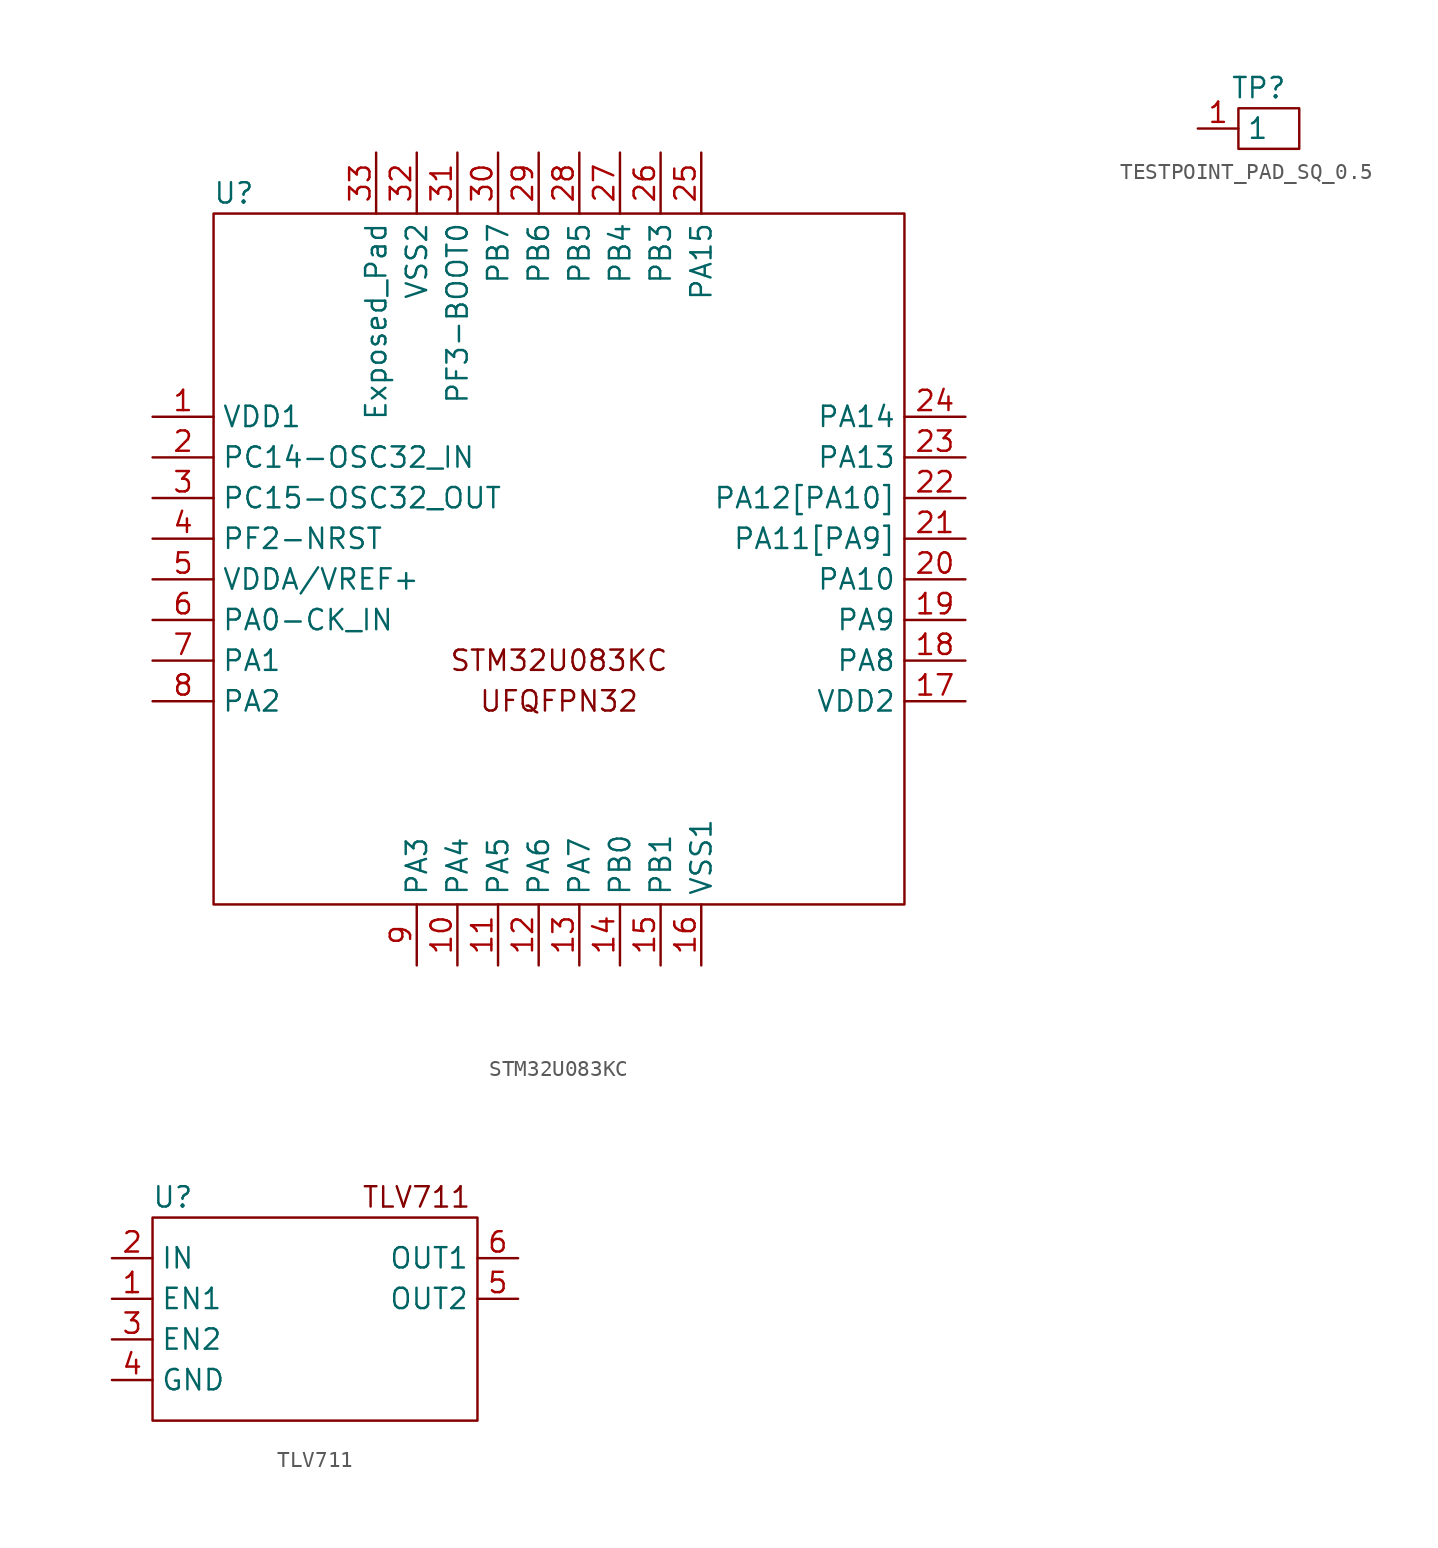
<source format=kicad_sym>
(kicad_symbol_lib
  (version 20231120)
  (generator "kicad_symbol_editor")
  (generator_version "8.0")
  (symbol "STM32U083KC"
    (property "Reference" "U"
      (at -20.32 22.86 0)
      (effects (font (size 1.27 1.27))))
    (symbol "STM32U083KC_0_1"
      (rectangle (start -21.59 21.59) (end 21.59 -21.59) (stroke (width 0) (type default)) (fill (type none))))
    (symbol "STM32U083KC_1_1"
      (text "STM32U083KC" (at 0 -6.35 0) (effects (font (size 1.27 1.27))))
      (text "UFQFPN32" (at 0 -8.89 0) (effects (font (size 1.27 1.27))))
      (pin power_in line (at -25.4 8.89 0) (length 3.81) (name "VDD1" (effects (font (size 1.27 1.27)))) (number "1" (effects (font (size 1.27 1.27)))))
      (pin bidirectional line (at -6.35 -25.4 90) (length 3.81) (name "PA4" (effects (font (size 1.27 1.27)))) (number "10" (effects (font (size 1.27 1.27)))))
      (pin bidirectional line (at -3.81 -25.4 90) (length 3.81) (name "PA5" (effects (font (size 1.27 1.27)))) (number "11" (effects (font (size 1.27 1.27)))))
      (pin bidirectional line (at -1.27 -25.4 90) (length 3.81) (name "PA6" (effects (font (size 1.27 1.27)))) (number "12" (effects (font (size 1.27 1.27)))))
      (pin bidirectional line (at 1.27 -25.4 90) (length 3.81) (name "PA7" (effects (font (size 1.27 1.27)))) (number "13" (effects (font (size 1.27 1.27)))))
      (pin bidirectional line (at 3.81 -25.4 90) (length 3.81) (name "PB0" (effects (font (size 1.27 1.27)))) (number "14" (effects (font (size 1.27 1.27)))))
      (pin bidirectional line (at 6.35 -25.4 90) (length 3.81) (name "PB1" (effects (font (size 1.27 1.27)))) (number "15" (effects (font (size 1.27 1.27)))))
      (pin power_in line (at 8.89 -25.4 90) (length 3.81) (name "VSS1" (effects (font (size 1.27 1.27)))) (number "16" (effects (font (size 1.27 1.27)))))
      (pin power_in line (at 25.4 -8.89 180) (length 3.81) (name "VDD2" (effects (font (size 1.27 1.27)))) (number "17" (effects (font (size 1.27 1.27)))))
      (pin bidirectional line (at 25.4 -6.35 180) (length 3.81) (name "PA8" (effects (font (size 1.27 1.27)))) (number "18" (effects (font (size 1.27 1.27)))))
      (pin bidirectional line (at 25.4 -3.81 180) (length 3.81) (name "PA9" (effects (font (size 1.27 1.27)))) (number "19" (effects (font (size 1.27 1.27)))))
      (pin input line (at -25.4 6.35 0) (length 3.81) (name "PC14-OSC32_IN" (effects (font (size 1.27 1.27)))) (number "2" (effects (font (size 1.27 1.27)))))
      (pin bidirectional line (at 25.4 -1.27 180) (length 3.81) (name "PA10" (effects (font (size 1.27 1.27)))) (number "20" (effects (font (size 1.27 1.27)))))
      (pin bidirectional line (at 25.4 1.27 180) (length 3.81) (name "PA11[PA9]" (effects (font (size 1.27 1.27)))) (number "21" (effects (font (size 1.27 1.27)))))
      (pin bidirectional line (at 25.4 3.81 180) (length 3.81) (name "PA12[PA10]" (effects (font (size 1.27 1.27)))) (number "22" (effects (font (size 1.27 1.27)))))
      (pin bidirectional line (at 25.4 6.35 180) (length 3.81) (name "PA13" (effects (font (size 1.27 1.27)))) (number "23" (effects (font (size 1.27 1.27)))))
      (pin bidirectional line (at 25.4 8.89 180) (length 3.81) (name "PA14" (effects (font (size 1.27 1.27)))) (number "24" (effects (font (size 1.27 1.27)))))
      (pin bidirectional line (at 8.89 25.4 270) (length 3.81) (name "PA15" (effects (font (size 1.27 1.27)))) (number "25" (effects (font (size 1.27 1.27)))))
      (pin bidirectional line (at 6.35 25.4 270) (length 3.81) (name "PB3" (effects (font (size 1.27 1.27)))) (number "26" (effects (font (size 1.27 1.27)))))
      (pin bidirectional line (at 3.81 25.4 270) (length 3.81) (name "PB4" (effects (font (size 1.27 1.27)))) (number "27" (effects (font (size 1.27 1.27)))))
      (pin bidirectional line (at 1.27 25.4 270) (length 3.81) (name "PB5" (effects (font (size 1.27 1.27)))) (number "28" (effects (font (size 1.27 1.27)))))
      (pin bidirectional line (at -1.27 25.4 270) (length 3.81) (name "PB6" (effects (font (size 1.27 1.27)))) (number "29" (effects (font (size 1.27 1.27)))))
      (pin output line (at -25.4 3.81 0) (length 3.81) (name "PC15-OSC32_OUT" (effects (font (size 1.27 1.27)))) (number "3" (effects (font (size 1.27 1.27)))))
      (pin bidirectional line (at -3.81 25.4 270) (length 3.81) (name "PB7" (effects (font (size 1.27 1.27)))) (number "30" (effects (font (size 1.27 1.27)))))
      (pin input line (at -6.35 25.4 270) (length 3.81) (name "PF3-BOOT0" (effects (font (size 1.27 1.27)))) (number "31" (effects (font (size 1.27 1.27)))))
      (pin power_in line (at -8.89 25.4 270) (length 3.81) (name "VSS2" (effects (font (size 1.27 1.27)))) (number "32" (effects (font (size 1.27 1.27)))))
      (pin power_in line (at -11.43 25.4 270) (length 3.81) (name "Exposed_Pad" (effects (font (size 1.27 1.27)))) (number "33" (effects (font (size 1.27 1.27)))))
      (pin input line (at -25.4 1.27 0) (length 3.81) (name "PF2-NRST" (effects (font (size 1.27 1.27)))) (number "4" (effects (font (size 1.27 1.27)))))
      (pin power_in line (at -25.4 -1.27 0) (length 3.81) (name "VDDA/VREF+" (effects (font (size 1.27 1.27)))) (number "5" (effects (font (size 1.27 1.27)))))
      (pin input line (at -25.4 -3.81 0) (length 3.81) (name "PA0-CK_IN" (effects (font (size 1.27 1.27)))) (number "6" (effects (font (size 1.27 1.27)))))
      (pin bidirectional line (at -25.4 -6.35 0) (length 3.81) (name "PA1" (effects (font (size 1.27 1.27)))) (number "7" (effects (font (size 1.27 1.27)))))
      (pin bidirectional line (at -25.4 -8.89 0) (length 3.81) (name "PA2" (effects (font (size 1.27 1.27)))) (number "8" (effects (font (size 1.27 1.27)))))
      (pin bidirectional line (at -8.89 -25.4 90) (length 3.81) (name "PA3" (effects (font (size 1.27 1.27)))) (number "9" (effects (font (size 1.27 1.27)))))))
  (symbol "TESTPOINT_PAD_SQ_0.5"
    (property "Reference" "TP"
      (at 1.27 2.54 0)
      (effects (font (size 1.27 1.27))))
    (property "Value" ""
      (at 0 0 0)
      (effects (font (size 1.27 1.27))))
    (symbol "TESTPOINT_PAD_SQ_0.5_0_1"
      (rectangle (start 0 1.27) (end 3.81 -1.27) (stroke (width 0) (type default)) (fill (type none))))
    (symbol "TESTPOINT_PAD_SQ_0.5_1_1"
      (pin passive line (at -2.54 0 0) (length 2.54) (name "1" (effects (font (size 1.27 1.27)))) (number "1" (effects (font (size 1.27 1.27)))))))
  (symbol "TLV711"
    (property "Reference" "U"
      (at -8.89 6.35 0)
      (effects (font (size 1.27 1.27))))
    (property "Value" ""
      (at -12.7 5.08 0)
      (effects (font (size 1.27 1.27))))
    (symbol "TLV711_0_1"
      (rectangle (start -10.16 5.08) (end 10.16 -7.62) (stroke (width 0) (type default)) (fill (type none))))
    (symbol "TLV711_1_1"
      (text "TLV711" (at 6.35 6.35 0) (effects (font (size 1.27 1.27))))
      (pin input line (at -12.7 0 0) (length 2.54) (name "EN1" (effects (font (size 1.27 1.27)))) (number "1" (effects (font (size 1.27 1.27)))))
      (pin power_in line (at -12.7 2.54 0) (length 2.54) (name "IN" (effects (font (size 1.27 1.27)))) (number "2" (effects (font (size 1.27 1.27)))))
      (pin input line (at -12.7 -2.54 0) (length 2.54) (name "EN2" (effects (font (size 1.27 1.27)))) (number "3" (effects (font (size 1.27 1.27)))))
      (pin power_in line (at -12.7 -5.08 0) (length 2.54) (name "GND" (effects (font (size 1.27 1.27)))) (number "4" (effects (font (size 1.27 1.27)))))
      (pin power_out line (at 12.7 0 180) (length 2.54) (name "OUT2" (effects (font (size 1.27 1.27)))) (number "5" (effects (font (size 1.27 1.27)))))
      (pin power_out line (at 12.7 2.54 180) (length 2.54) (name "OUT1" (effects (font (size 1.27 1.27)))) (number "6" (effects (font (size 1.27 1.27))))))))
</source>
